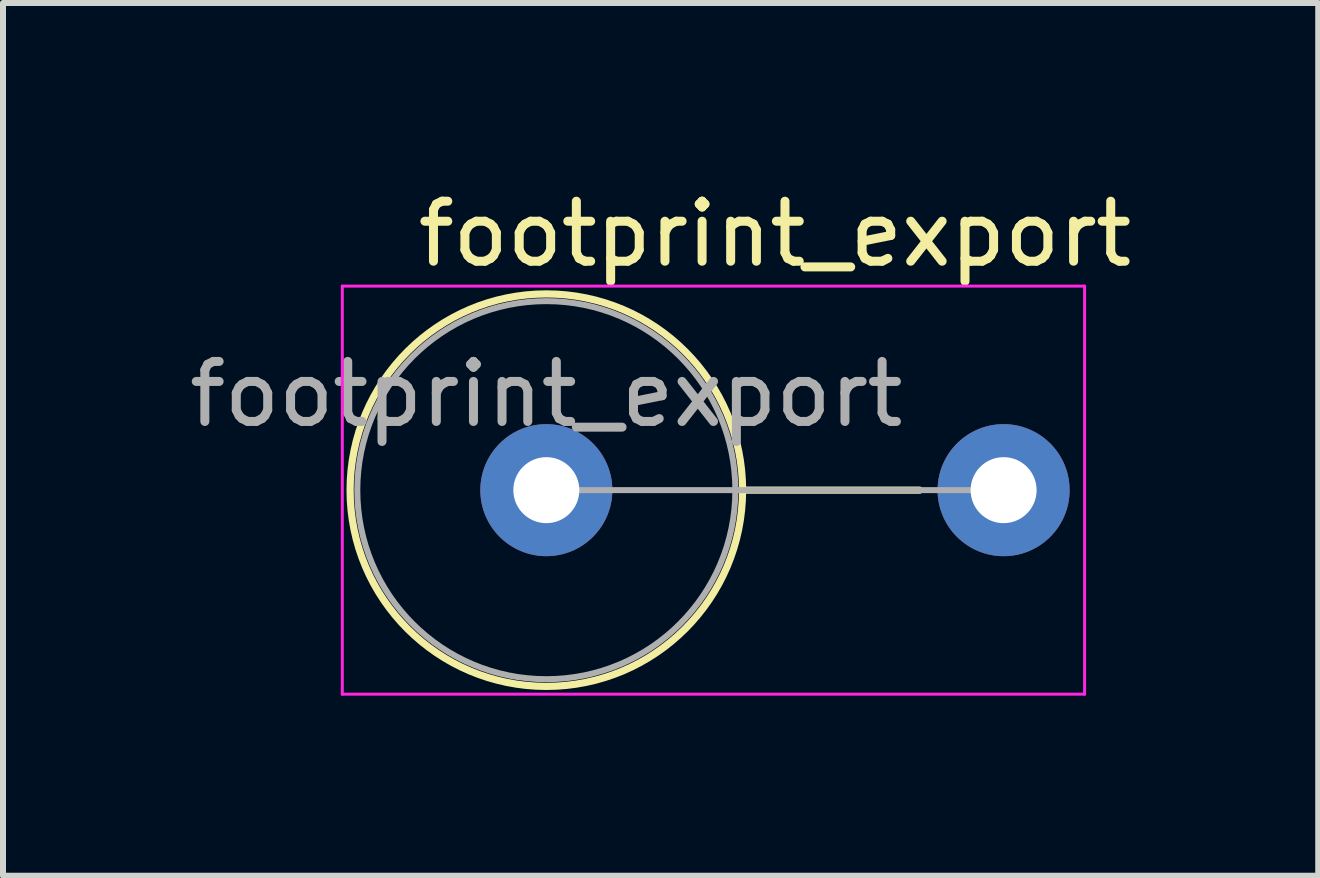
<source format=kicad_pcb>
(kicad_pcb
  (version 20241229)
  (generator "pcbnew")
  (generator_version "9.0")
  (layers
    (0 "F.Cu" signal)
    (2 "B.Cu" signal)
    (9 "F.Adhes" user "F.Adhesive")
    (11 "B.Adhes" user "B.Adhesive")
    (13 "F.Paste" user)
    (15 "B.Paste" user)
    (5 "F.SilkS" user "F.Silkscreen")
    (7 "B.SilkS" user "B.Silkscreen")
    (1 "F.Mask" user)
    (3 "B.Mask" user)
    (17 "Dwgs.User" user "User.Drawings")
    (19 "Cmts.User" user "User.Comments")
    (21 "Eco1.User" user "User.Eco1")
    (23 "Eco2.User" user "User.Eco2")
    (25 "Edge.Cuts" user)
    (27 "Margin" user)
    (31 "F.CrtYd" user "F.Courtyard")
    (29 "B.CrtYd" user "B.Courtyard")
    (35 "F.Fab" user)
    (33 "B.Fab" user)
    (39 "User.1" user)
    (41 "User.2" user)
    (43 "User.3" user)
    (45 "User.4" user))
  (footprint "footprint_export"
    (layer "F.Cu")
    (at 6.054 5.118)
    (property "Reference" "footprint_export" (at 3.81 -4.27 0) (layer "F.SilkS") (effects (font (size 1 1) (thickness 0.15))))
    (attr through_hole)
    (fp_line (start 3.27 0) (end 6.22 0) (stroke (width 0.12) (type solid)) (layer "F.SilkS"))
    (fp_circle (center 0 0) (end 3.27 0) (stroke (width 0.12) (type solid)) (fill no) (layer "F.SilkS"))
    (fp_line (start -3.4 -3.4) (end -3.4 3.4) (stroke (width 0.05) (type solid)) (layer "F.CrtYd"))
    (fp_line (start -3.4 3.4) (end 8.97 3.4) (stroke (width 0.05) (type solid)) (layer "F.CrtYd"))
    (fp_line (start 8.97 -3.4) (end -3.4 -3.4) (stroke (width 0.05) (type solid)) (layer "F.CrtYd"))
    (fp_line (start 8.97 3.4) (end 8.97 -3.4) (stroke (width 0.05) (type solid)) (layer "F.CrtYd"))
    (fp_line (start 0 0) (end 7.62 0) (stroke (width 0.1) (type solid)) (layer "F.Fab"))
    (fp_circle (center 0 0) (end 3.15 0) (stroke (width 0.1) (type solid)) (fill no) (layer "F.Fab"))
    (fp_text user "${REFERENCE}" (at 0 -1.6 0) (layer "F.Fab") (effects (font (size 1 1) (thickness 0.15))))
    (pad "1" thru_hole circle (at 0 0) (size 2.2 2.2) (drill 1.1) (layers "*.Cu" "*.Mask"))
    (pad "2" thru_hole oval (at 7.62 0) (size 2.2 2.2) (drill 1.1) (layers "*.Cu" "*.Mask")))
  (gr_rect
    (start -3 -3)
    (end 18.917 11.543)
    (stroke (width 0.1) (type default))
    (fill no)
    (layer "Edge.Cuts")))
</source>
